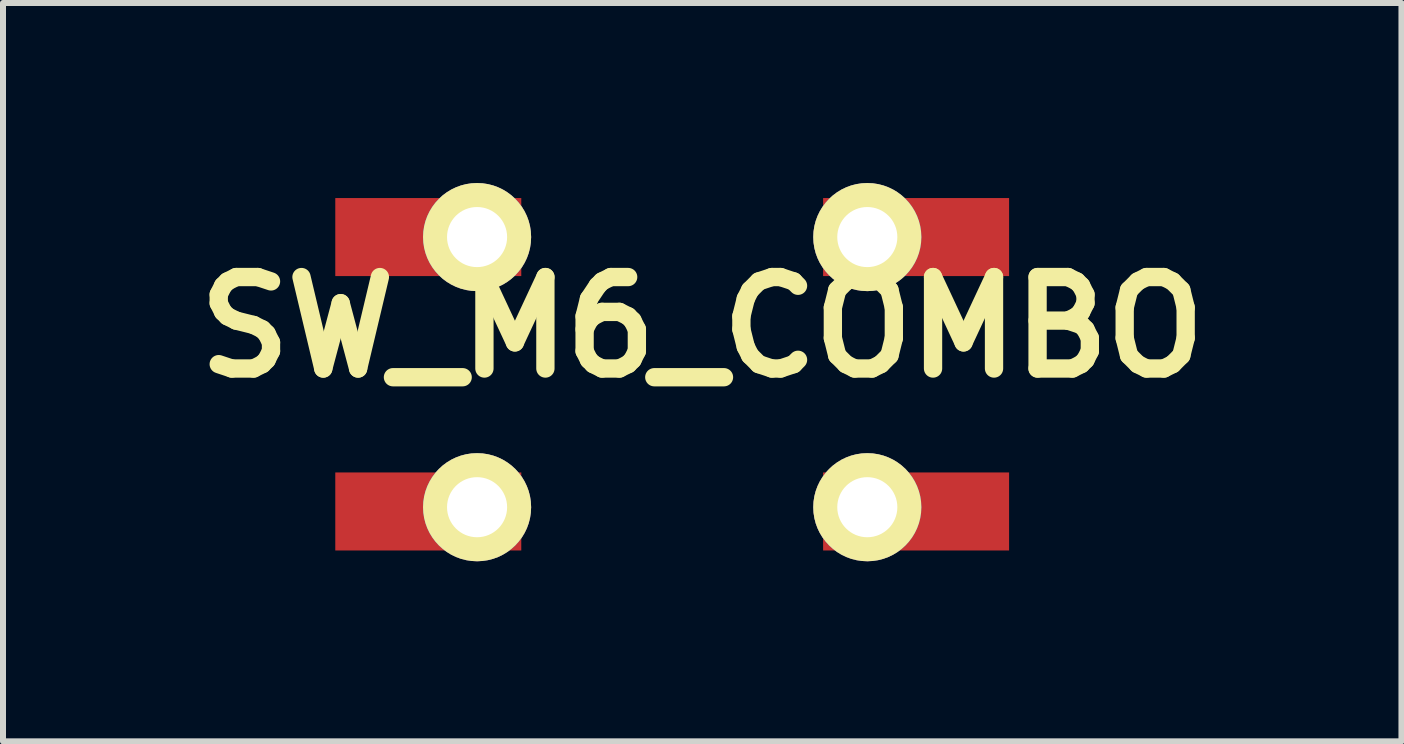
<source format=kicad_pcb>
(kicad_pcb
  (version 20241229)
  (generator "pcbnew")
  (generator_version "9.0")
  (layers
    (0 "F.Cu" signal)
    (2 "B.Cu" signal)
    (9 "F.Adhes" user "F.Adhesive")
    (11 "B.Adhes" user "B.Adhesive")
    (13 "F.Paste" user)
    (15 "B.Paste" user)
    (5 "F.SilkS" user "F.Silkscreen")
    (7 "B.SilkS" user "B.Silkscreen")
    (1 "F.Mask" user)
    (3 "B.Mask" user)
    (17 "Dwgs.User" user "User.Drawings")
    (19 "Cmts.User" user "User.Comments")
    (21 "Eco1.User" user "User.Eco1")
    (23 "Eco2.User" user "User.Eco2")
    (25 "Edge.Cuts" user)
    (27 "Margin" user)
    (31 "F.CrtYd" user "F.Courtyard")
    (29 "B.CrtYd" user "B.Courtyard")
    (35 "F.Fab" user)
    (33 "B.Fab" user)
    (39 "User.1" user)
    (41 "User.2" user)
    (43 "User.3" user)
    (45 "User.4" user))
  (footprint "SW_M6_COMBO"
    (layer "F.Cu")
    (at 8.15 3.186)
    (property "Reference" "SW_M6_COMBO" (at 0.5 -0.785 0) (layer "F.SilkS") (effects (font (size 1.524 1.524) (thickness 0.305))))
    (attr through_hole)
    (pad "1" smd rect (at -4.064 -2.286) (size 3.099 1.3) (layers "F.Cu" "F.Mask" "F.Paste"))
    (pad "1" thru_hole circle (at -3.251 -2.286) (size 1.801 1.801) (drill 1.001) (layers "*.Cu" "*.Mask" "F.SilkS"))
    (pad "1" thru_hole circle (at 3.251 -2.286) (size 1.801 1.801) (drill 1.001) (layers "*.Cu" "*.Mask" "F.SilkS"))
    (pad "1" smd rect (at 4.064 -2.286) (size 3.099 1.3) (layers "F.Cu" "F.Mask" "F.Paste"))
    (pad "2" smd rect (at -4.064 2.286) (size 3.099 1.3) (layers "F.Cu" "F.Mask" "F.Paste"))
    (pad "2" thru_hole circle (at -3.251 2.215) (size 1.801 1.801) (drill 1.001) (layers "*.Cu" "*.Mask" "F.SilkS"))
    (pad "2" thru_hole circle (at 3.251 2.215) (size 1.801 1.801) (drill 1.001) (layers "*.Cu" "*.Mask" "F.SilkS"))
    (pad "2" smd rect (at 4.064 2.286) (size 3.099 1.3) (layers "F.Cu" "F.Mask" "F.Paste")))
  (gr_rect
    (start -3 -3)
    (end 20.301 9.302)
    (stroke (width 0.1) (type default))
    (fill no)
    (layer "Edge.Cuts")))
</source>
